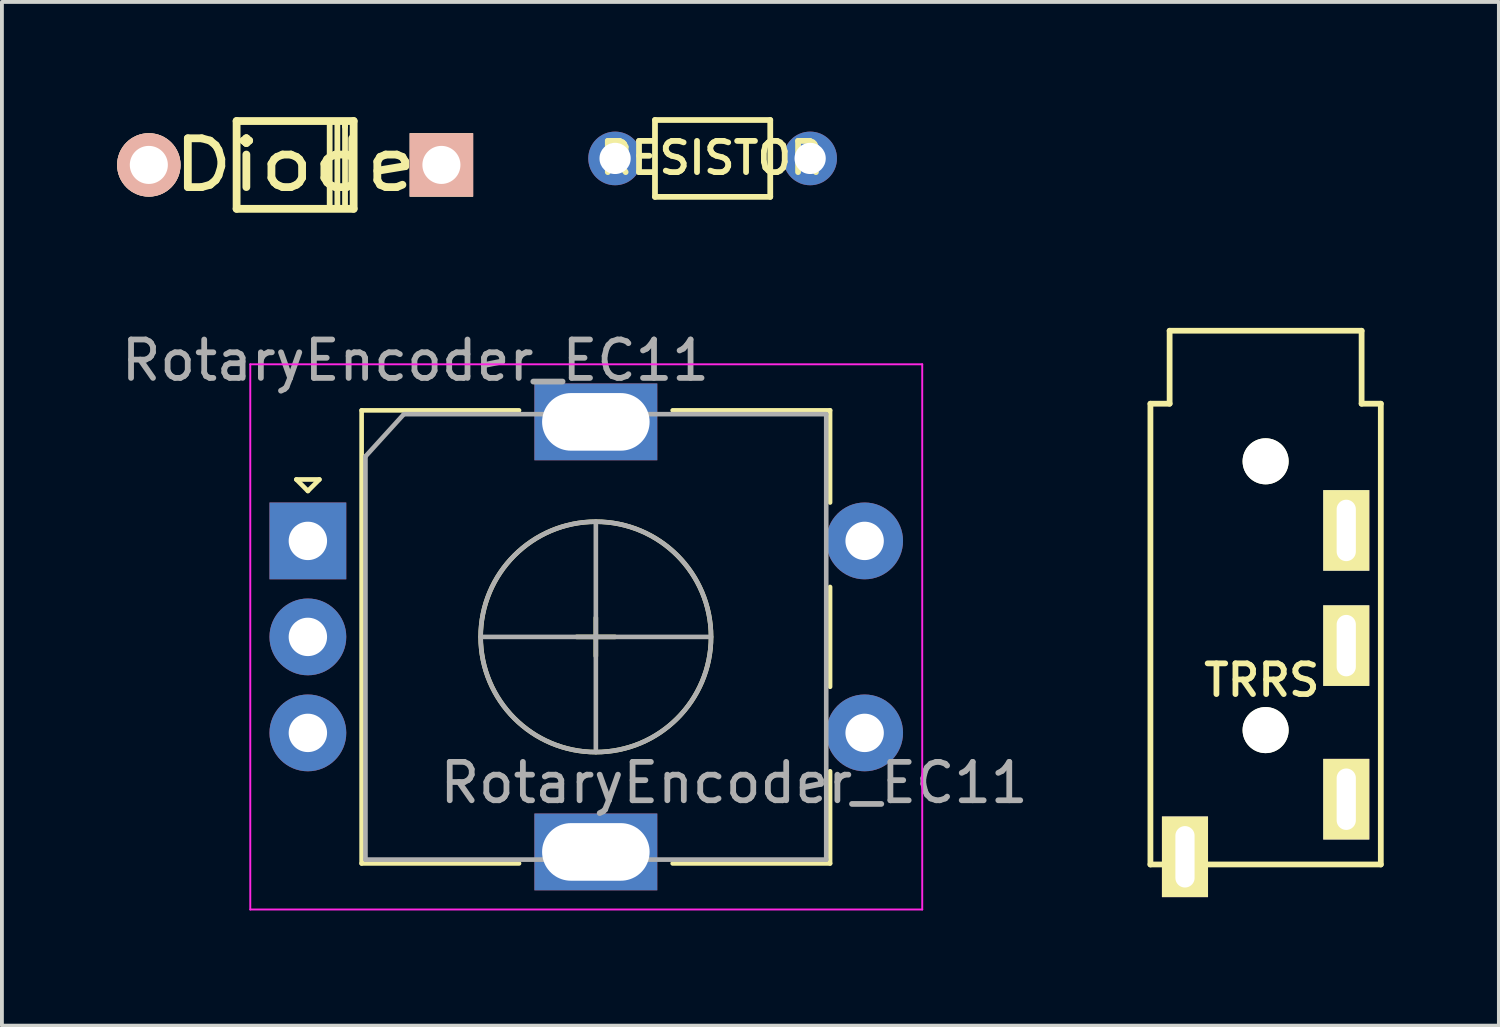
<source format=kicad_pcb>
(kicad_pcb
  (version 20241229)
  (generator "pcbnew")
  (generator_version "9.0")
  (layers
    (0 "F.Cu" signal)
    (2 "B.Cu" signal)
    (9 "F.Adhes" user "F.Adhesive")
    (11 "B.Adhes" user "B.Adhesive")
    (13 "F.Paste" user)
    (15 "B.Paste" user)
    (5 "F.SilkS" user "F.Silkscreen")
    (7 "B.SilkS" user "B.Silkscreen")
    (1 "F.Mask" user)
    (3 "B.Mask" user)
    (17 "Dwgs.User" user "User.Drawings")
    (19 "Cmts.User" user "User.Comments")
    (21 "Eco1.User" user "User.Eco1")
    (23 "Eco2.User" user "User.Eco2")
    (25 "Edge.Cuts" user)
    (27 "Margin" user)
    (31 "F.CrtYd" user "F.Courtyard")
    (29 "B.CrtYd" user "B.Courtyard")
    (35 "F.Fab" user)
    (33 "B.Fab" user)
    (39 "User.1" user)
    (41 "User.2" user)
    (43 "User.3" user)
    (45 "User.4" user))
  (footprint "RotaryEncoder_EC11"
    (layer "F.Cu")
    (at 12.468 13.537)
    (property "Reference" "RotaryEncoder_EC11" (at -4.7 -7.2 0) (layer "F.Fab") (effects (font (size 1 1) (thickness 0.15))))
    (attr through_hole)
    (fp_line (start -7.8 -4.1) (end -7.2 -4.1) (stroke (width 0.12) (type solid)) (layer "F.SilkS"))
    (fp_line (start -7.5 -3.8) (end -7.8 -4.1) (stroke (width 0.12) (type solid)) (layer "F.SilkS"))
    (fp_line (start -7.2 -4.1) (end -7.5 -3.8) (stroke (width 0.12) (type solid)) (layer "F.SilkS"))
    (fp_line (start -6.1 -5.9) (end -6.1 5.9) (stroke (width 0.12) (type solid)) (layer "F.SilkS"))
    (fp_line (start -2 -5.9) (end -6.1 -5.9) (stroke (width 0.12) (type solid)) (layer "F.SilkS"))
    (fp_line (start -2 5.9) (end -6.1 5.9) (stroke (width 0.12) (type solid)) (layer "F.SilkS"))
    (fp_line (start -0.5 0) (end 0.5 0) (stroke (width 0.12) (type solid)) (layer "F.SilkS"))
    (fp_line (start 0 -0.5) (end 0 0.5) (stroke (width 0.12) (type solid)) (layer "F.SilkS"))
    (fp_line (start 2 -5.9) (end 6.1 -5.9) (stroke (width 0.12) (type solid)) (layer "F.SilkS"))
    (fp_line (start 6.1 -5.9) (end 6.1 -3.5) (stroke (width 0.12) (type solid)) (layer "F.SilkS"))
    (fp_line (start 6.1 -1.3) (end 6.1 1.3) (stroke (width 0.12) (type solid)) (layer "F.SilkS"))
    (fp_line (start 6.1 3.5) (end 6.1 5.9) (stroke (width 0.12) (type solid)) (layer "F.SilkS"))
    (fp_line (start 6.1 5.9) (end 2 5.9) (stroke (width 0.12) (type solid)) (layer "F.SilkS"))
    (fp_circle (center 0 0) (end 3 0) (stroke (width 0.12) (type solid)) (fill no) (layer "F.SilkS"))
    (fp_line (start -9 -7.1) (end -9 7.1) (stroke (width 0.05) (type solid)) (layer "F.CrtYd"))
    (fp_line (start -9 -7.1) (end 8.5 -7.1) (stroke (width 0.05) (type solid)) (layer "F.CrtYd"))
    (fp_line (start 8.5 7.1) (end -9 7.1) (stroke (width 0.05) (type solid)) (layer "F.CrtYd"))
    (fp_line (start 8.5 7.1) (end 8.5 -7.1) (stroke (width 0.05) (type solid)) (layer "F.CrtYd"))
    (fp_line (start -6 -4.7) (end -5 -5.8) (stroke (width 0.12) (type solid)) (layer "F.Fab"))
    (fp_line (start -6 5.8) (end -6 -4.7) (stroke (width 0.12) (type solid)) (layer "F.Fab"))
    (fp_line (start -5 -5.8) (end 6 -5.8) (stroke (width 0.12) (type solid)) (layer "F.Fab"))
    (fp_line (start -3 0) (end 3 0) (stroke (width 0.12) (type solid)) (layer "F.Fab"))
    (fp_line (start 0 -3) (end 0 3) (stroke (width 0.12) (type solid)) (layer "F.Fab"))
    (fp_line (start 6 -5.8) (end 6 5.8) (stroke (width 0.12) (type solid)) (layer "F.Fab"))
    (fp_line (start 6 5.8) (end -6 5.8) (stroke (width 0.12) (type solid)) (layer "F.Fab"))
    (fp_circle (center 0 0) (end 3 0) (stroke (width 0.12) (type solid)) (fill no) (layer "F.Fab"))
    (fp_text user "${REFERENCE}" (at 3.6 3.8 0) (layer "F.Fab") (effects (font (size 1 1) (thickness 0.15))))
    (pad "" np_thru_hole rect (at 0 -5.6) (size 3.2 2) (drill oval 2.8 1.5) (layers "*.Cu" "*.Mask"))
    (pad "" np_thru_hole rect (at 0 5.6) (size 3.2 2) (drill oval 2.8 1.5) (layers "*.Cu" "*.Mask"))
    (pad "A" thru_hole rect (at -7.5 -2.5) (size 2 2) (drill 1) (layers "*.Cu" "*.Mask"))
    (pad "B" thru_hole circle (at -7.5 2.5) (size 2 2) (drill 1) (layers "*.Cu" "*.Mask"))
    (pad "C" thru_hole circle (at -7.5 0) (size 2 2) (drill 1) (layers "*.Cu" "*.Mask"))
    (pad "S1" thru_hole circle (at 7 2.5) (size 2 2) (drill 1) (layers "*.Cu" "*.Mask"))
    (pad "S2" thru_hole circle (at 7 -2.5) (size 2 2) (drill 1) (layers "*.Cu" "*.Mask")))
  (footprint "Diode"
    (layer "F.Cu")
    (at 4.636 1.245)
    (property "Reference" "Diode" (at 0 0 0) (layer "F.SilkS") (effects (font (size 1.27 1.524) (thickness 0.203))))
    (attr through_hole)
    (fp_line (start -1.524 -1.143) (end 1.524 -1.143) (stroke (width 0.203) (type solid)) (layer "F.SilkS"))
    (fp_line (start -1.524 1.143) (end -1.524 -1.143) (stroke (width 0.203) (type solid)) (layer "F.SilkS"))
    (fp_line (start 0.9 1.1) (end 0.9 -1.1) (stroke (width 0.15) (type solid)) (layer "F.SilkS"))
    (fp_line (start 1.1 -1.1) (end 1.1 1.1) (stroke (width 0.15) (type solid)) (layer "F.SilkS"))
    (fp_line (start 1.3 -1.1) (end 1.3 -1) (stroke (width 0.15) (type solid)) (layer "F.SilkS"))
    (fp_line (start 1.3 -1) (end 1.3 -1.1) (stroke (width 0.15) (type solid)) (layer "F.SilkS"))
    (fp_line (start 1.3 1.1) (end 1.3 -1) (stroke (width 0.15) (type solid)) (layer "F.SilkS"))
    (fp_line (start 1.524 -1.143) (end 1.524 1.143) (stroke (width 0.203) (type solid)) (layer "F.SilkS"))
    (fp_line (start 1.524 1.143) (end -1.524 1.143) (stroke (width 0.203) (type solid)) (layer "F.SilkS"))
    (pad "1" thru_hole circle (at -3.81 0) (size 1.651 1.651) (drill 0.991) (layers "*.Cu" "*.SilkS" "*.Mask"))
    (pad "2" thru_hole rect (at 3.81 0) (size 1.651 1.651) (drill 0.991) (layers "*.Cu" "*.SilkS" "*.Mask")))
  (footprint "TRRS"
    (layer "F.Cu")
    (at 29.911 7.464)
    (property "Reference" "TRRS" (at -0.1 7.2 0) (layer "F.SilkS") (effects (font (size 0.8 0.8) (thickness 0.15))))
    (attr through_hole)
    (fp_line (start -3 0) (end -2.5 0) (stroke (width 0.15) (type solid)) (layer "F.SilkS"))
    (fp_line (start -3 12) (end -3 0) (stroke (width 0.15) (type solid)) (layer "F.SilkS"))
    (fp_line (start -2.5 -1.9) (end 2.5 -1.9) (stroke (width 0.15) (type solid)) (layer "F.SilkS"))
    (fp_line (start -2.5 0) (end -2.5 -1.9) (stroke (width 0.15) (type solid)) (layer "F.SilkS"))
    (fp_line (start 2.5 0) (end 2.5 -1.9) (stroke (width 0.15) (type solid)) (layer "F.SilkS"))
    (fp_line (start 3 0) (end 2.5 0) (stroke (width 0.15) (type solid)) (layer "F.SilkS"))
    (fp_line (start 3 0) (end 3 12) (stroke (width 0.15) (type solid)) (layer "F.SilkS"))
    (fp_line (start 3 12) (end -3 12) (stroke (width 0.15) (type solid)) (layer "F.SilkS"))
    (pad "" np_thru_hole circle (at 0 1.5) (size 1.2 1.2) (drill 1.2) (layers "*.Cu" "*.Mask" "F.SilkS"))
    (pad "" np_thru_hole circle (at 0 8.5) (size 1.2 1.2) (drill 1.2) (layers "*.Cu" "*.Mask" "F.SilkS"))
    (pad "1" thru_hole rect (at 2.1 10.3) (size 1.2 2.1) (drill oval 0.5 1.6) (layers "*.Cu" "*.Mask" "F.SilkS"))
    (pad "2" thru_hole rect (at 2.1 6.3) (size 1.2 2.1) (drill oval 0.5 1.6) (layers "*.Cu" "*.Mask" "F.SilkS"))
    (pad "3" thru_hole rect (at 2.1 3.3) (size 1.2 2.1) (drill oval 0.5 1.6) (layers "*.Cu" "*.Mask" "F.SilkS"))
    (pad "4" thru_hole rect (at -2.1 11.8) (size 1.2 2.1) (drill oval 0.5 1.6) (layers "*.Cu" "*.Mask" "F.SilkS")))
  (footprint "RESISTOR"
    (layer "F.Cu")
    (at 15.509 1.076)
    (property "Reference" "RESISTOR" (at -0.039 -0.012 0) (layer "F.SilkS") (effects (font (size 0.813 0.813) (thickness 0.15))))
    (attr through_hole)
    (fp_line (start -1.501 -1.001) (end -1.501 1.001) (stroke (width 0.15) (type solid)) (layer "F.SilkS"))
    (fp_line (start -1.501 1.001) (end 1.501 1.001) (stroke (width 0.15) (type solid)) (layer "F.SilkS"))
    (fp_line (start 1.501 -1.001) (end -1.501 -1.001) (stroke (width 0.15) (type solid)) (layer "F.SilkS"))
    (fp_line (start 1.501 1.001) (end 1.501 -1.001) (stroke (width 0.15) (type solid)) (layer "F.SilkS"))
    (pad "1" thru_hole circle (at -2.54 0) (size 1.397 1.397) (drill 0.813) (layers "*.Cu" "*.Mask"))
    (pad "2" thru_hole circle (at 2.54 0) (size 1.397 1.397) (drill 0.813) (layers "*.Cu" "*.Mask")))
  (gr_rect
    (start -3 -3)
    (end 35.986 23.662)
    (stroke (width 0.1) (type default))
    (fill no)
    (layer "Edge.Cuts")))
</source>
